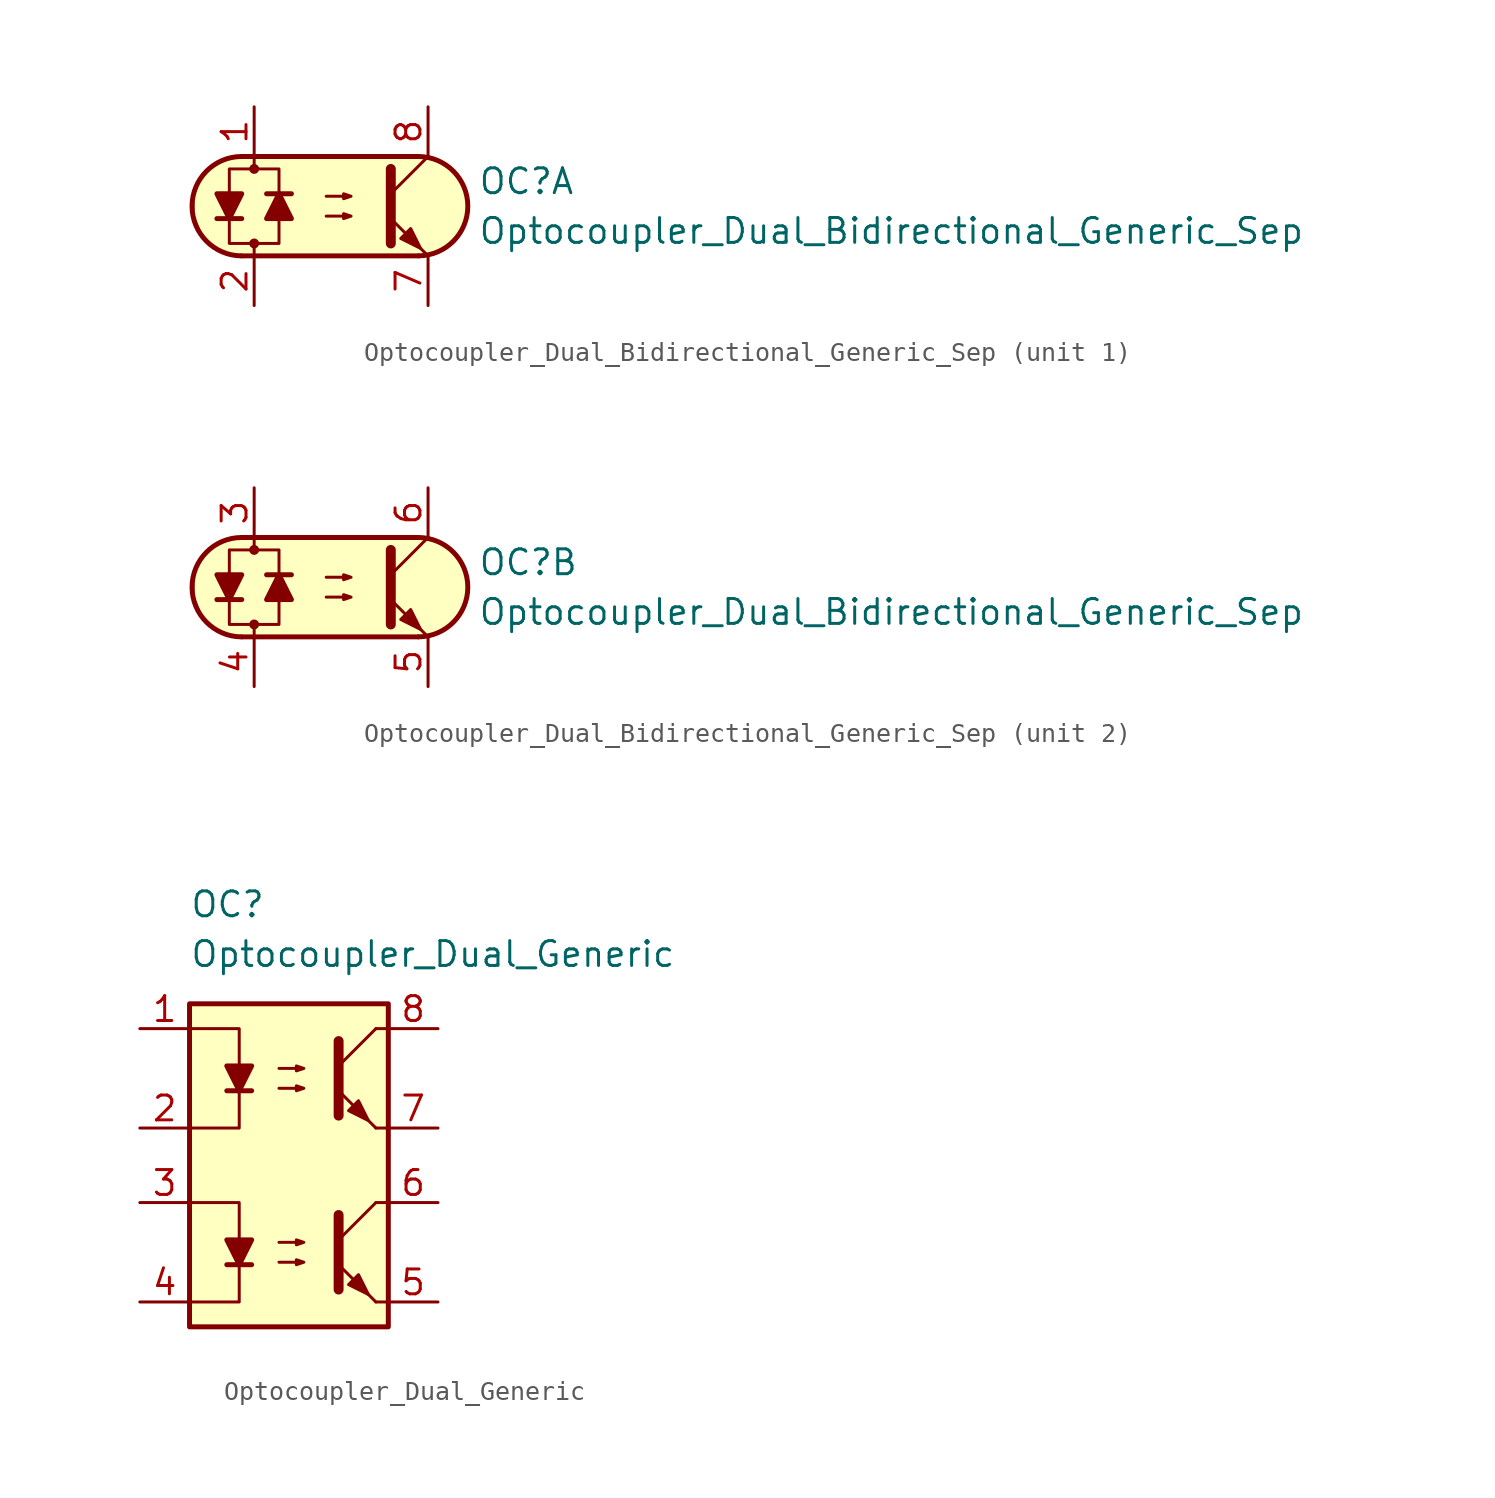
<source format=kicad_sym>
(kicad_symbol_lib
  (version 20211014)
  (generator kicad_symbol_editor)
  (symbol "Optocoupler_Dual_Bidirectional_Generic_Sep"
    (pin_names
      (offset 1.016))
    (property "Reference" "OC"
      (at 7.62 1.27 0)
      (effects (font (size 1.27 1.27)) (justify left)))
    (property "Value" "Optocoupler_Dual_Bidirectional_Generic_Sep"
      (at 7.62 -1.27 0)
      (effects (font (size 1.27 1.27)) (justify left)))
    (property "ki_locked" ""
      (at 0 0 0)
      (effects (font (size 1.27 1.27))))
    (symbol "Optocoupler_Dual_Bidirectional_Generic_Sep_0_1"
      (arc (start -4.4675 2.54) (mid -6.9851 0) (end -4.4675 -2.54) (stroke (width 0.254) (type default) (color 0 0 0 0)) (fill (type none)))
      (circle (center -3.81 -1.905) (radius 0.178) (stroke (width 0) (type default) (color 0 0 0 0)) (fill (type outline)))
      (circle (center -3.81 1.905) (radius 0.178) (stroke (width 0) (type default) (color 0 0 0 0)) (fill (type outline)))
      (polyline (pts (xy -5.715 -0.635) (xy -4.445 -0.635)) (stroke (width 0.254) (type default) (color 0 0 0 0)) (fill (type none)))
      (polyline (pts (xy -4.445 2.54) (xy 4.572 2.54)) (stroke (width 0.254) (type default) (color 0 0 0 0)) (fill (type none)))
      (polyline (pts (xy -3.81 1.905) (xy -3.81 2.54)) (stroke (width 0.152) (type default) (color 0 0 0 0)) (fill (type none)))
      (polyline (pts (xy -1.905 0.635) (xy -3.175 0.635)) (stroke (width 0.254) (type default) (color 0 0 0 0)) (fill (type none)))
      (polyline (pts (xy 3.175 0.635) (xy 5.08 2.54)) (stroke (width 0) (type default) (color 0 0 0 0)) (fill (type none)))
      (polyline (pts (xy 4.572 -2.54) (xy -4.445 -2.54)) (stroke (width 0.254) (type default) (color 0 0 0 0)) (fill (type none)))
      (polyline (pts (xy 5.08 -2.54) (xy 3.175 -0.635)) (stroke (width 0) (type default) (color 0 0 0 0)) (fill (type outline)))
      (polyline (pts (xy 3.175 1.905) (xy 3.175 -1.905) (xy 3.175 -1.905)) (stroke (width 0.508) (type default) (color 0 0 0 0)) (fill (type none)))
      (polyline (pts (xy -5.08 -0.635) (xy -5.715 0.635) (xy -4.445 0.635) (xy -5.08 -0.635)) (stroke (width 0.254) (type default) (color 0 0 0 0)) (fill (type outline)))
      (polyline (pts (xy -2.54 0.635) (xy -1.905 -0.635) (xy -3.175 -0.635) (xy -2.54 0.635)) (stroke (width 0.254) (type default) (color 0 0 0 0)) (fill (type outline)))
      (polyline (pts (xy -0.127 -0.508) (xy 1.143 -0.508) (xy 0.762 -0.635) (xy 0.762 -0.381) (xy 1.143 -0.508)) (stroke (width 0) (type default) (color 0 0 0 0)) (fill (type none)))
      (polyline (pts (xy -0.127 0.508) (xy 1.143 0.508) (xy 0.762 0.381) (xy 0.762 0.635) (xy 1.143 0.508)) (stroke (width 0) (type default) (color 0 0 0 0)) (fill (type none)))
      (polyline (pts (xy 3.683 -1.651) (xy 4.191 -1.143) (xy 4.699 -2.159) (xy 3.683 -1.651) (xy 3.683 -1.651)) (stroke (width 0) (type default) (color 0 0 0 0)) (fill (type outline)))
      (polyline (pts (xy -3.81 -2.54) (xy -3.81 -1.905) (xy -5.08 -1.905) (xy -5.08 1.905) (xy -2.54 1.905) (xy -2.54 -1.905) (xy -3.81 -1.905)) (stroke (width 0.152) (type default) (color 0 0 0 0)) (fill (type none)))
      (polyline (pts (xy -3.81 2.54) (xy 4.826 2.54) (xy 5.334 2.413) (xy 5.969 2.159) (xy 6.604 1.524) (xy 6.985 0.762) (xy 7.112 0) (xy 6.985 -0.889) (xy 6.477 -1.651) (xy 5.969 -2.159) (xy 5.334 -2.413) (xy 4.699 -2.54) (xy -5.08 -2.54) (xy -5.08 -2.54) (xy -5.842 -2.032) (xy -6.35 -1.778) (xy -6.858 -0.508) (xy -6.858 0.254) (xy -6.858 1.016) (xy -6.35 1.778) (xy -5.588 2.286) (xy -4.826 2.54) (xy -3.81 2.54)) (stroke (width 0.01) (type default) (color 0 0 0 0)) (fill (type background)))
      (arc (start 4.5945 -2.54) (mid 7.1121 0) (end 4.5945 2.54) (stroke (width 0.254) (type default) (color 0 0 0 0)) (fill (type none))))
    (symbol "Optocoupler_Dual_Bidirectional_Generic_Sep_1_1"
      (pin passive line (at -3.81 5.08 270) (length 2.54) (name "~" (effects (font (size 1.27 1.27)))) (number "1" (effects (font (size 1.27 1.27)))))
      (pin passive line (at -3.81 -5.08 90) (length 2.54) (name "~" (effects (font (size 1.27 1.27)))) (number "2" (effects (font (size 1.27 1.27)))))
      (pin passive line (at 5.08 -5.08 90) (length 2.54) (name "~" (effects (font (size 1.27 1.27)))) (number "7" (effects (font (size 1.27 1.27)))))
      (pin passive line (at 5.08 5.08 270) (length 2.54) (name "~" (effects (font (size 1.27 1.27)))) (number "8" (effects (font (size 1.27 1.27))))))
    (symbol "Optocoupler_Dual_Bidirectional_Generic_Sep_2_1"
      (pin passive line (at -3.81 5.08 270) (length 2.54) (name "~" (effects (font (size 1.27 1.27)))) (number "3" (effects (font (size 1.27 1.27)))))
      (pin passive line (at -3.81 -5.08 90) (length 2.54) (name "~" (effects (font (size 1.27 1.27)))) (number "4" (effects (font (size 1.27 1.27)))))
      (pin passive line (at 5.08 -5.08 90) (length 2.54) (name "~" (effects (font (size 1.27 1.27)))) (number "5" (effects (font (size 1.27 1.27)))))
      (pin passive line (at 5.08 5.08 270) (length 2.54) (name "~" (effects (font (size 1.27 1.27)))) (number "6" (effects (font (size 1.27 1.27)))))))
  (symbol "Optocoupler_Dual_Generic"
    (pin_names
      (offset 1.016))
    (property "Reference" "OC"
      (at -5.08 8.89 0)
      (effects (font (size 1.27 1.27)) (justify left)))
    (property "Value" "Optocoupler_Dual_Generic"
      (at -5.08 6.35 0)
      (effects (font (size 1.27 1.27)) (justify left)))
    (symbol "Optocoupler_Dual_Generic_0_1"
      (rectangle (start -5.08 3.81) (end 5.08 -12.7) (stroke (width 0.254) (type default) (color 0 0 0 0)) (fill (type background)))
      (polyline (pts (xy -3.175 -0.635) (xy -1.905 -0.635)) (stroke (width 0.254) (type default) (color 0 0 0 0)) (fill (type none)))
      (polyline (pts (xy 2.54 0.635) (xy 4.445 2.54)) (stroke (width 0) (type default) (color 0 0 0 0)) (fill (type none)))
      (polyline (pts (xy 4.445 -2.54) (xy 2.54 -0.635)) (stroke (width 0) (type default) (color 0 0 0 0)) (fill (type outline)))
      (polyline (pts (xy 4.445 -2.54) (xy 5.08 -2.54)) (stroke (width 0) (type default) (color 0 0 0 0)) (fill (type none)))
      (polyline (pts (xy 4.445 2.54) (xy 5.08 2.54)) (stroke (width 0) (type default) (color 0 0 0 0)) (fill (type none)))
      (polyline (pts (xy -5.08 2.54) (xy -2.54 2.54) (xy -2.54 -0.635)) (stroke (width 0) (type default) (color 0 0 0 0)) (fill (type none)))
      (polyline (pts (xy -2.54 -0.635) (xy -2.54 -2.54) (xy -5.08 -2.54)) (stroke (width 0) (type default) (color 0 0 0 0)) (fill (type none)))
      (polyline (pts (xy 2.54 1.905) (xy 2.54 -1.905) (xy 2.54 -1.905)) (stroke (width 0.508) (type default) (color 0 0 0 0)) (fill (type none)))
      (polyline (pts (xy -2.54 -0.635) (xy -3.175 0.635) (xy -1.905 0.635) (xy -2.54 -0.635)) (stroke (width 0.254) (type default) (color 0 0 0 0)) (fill (type outline)))
      (polyline (pts (xy -0.508 -0.508) (xy 0.762 -0.508) (xy 0.381 -0.635) (xy 0.381 -0.381) (xy 0.762 -0.508)) (stroke (width 0) (type default) (color 0 0 0 0)) (fill (type none)))
      (polyline (pts (xy -0.508 0.508) (xy 0.762 0.508) (xy 0.381 0.381) (xy 0.381 0.635) (xy 0.762 0.508)) (stroke (width 0) (type default) (color 0 0 0 0)) (fill (type none)))
      (polyline (pts (xy 3.048 -1.651) (xy 3.556 -1.143) (xy 4.064 -2.159) (xy 3.048 -1.651) (xy 3.048 -1.651)) (stroke (width 0) (type default) (color 0 0 0 0)) (fill (type outline))))
    (symbol "Optocoupler_Dual_Generic_1_1"
      (polyline (pts (xy -3.175 -9.525) (xy -1.905 -9.525)) (stroke (width 0.254) (type default) (color 0 0 0 0)) (fill (type none)))
      (polyline (pts (xy 2.54 -8.255) (xy 4.445 -6.35)) (stroke (width 0) (type default) (color 0 0 0 0)) (fill (type none)))
      (polyline (pts (xy 4.445 -11.43) (xy 2.54 -9.525)) (stroke (width 0) (type default) (color 0 0 0 0)) (fill (type outline)))
      (polyline (pts (xy 4.445 -11.43) (xy 5.08 -11.43)) (stroke (width 0) (type default) (color 0 0 0 0)) (fill (type none)))
      (polyline (pts (xy 4.445 -6.35) (xy 5.08 -6.35)) (stroke (width 0) (type default) (color 0 0 0 0)) (fill (type none)))
      (polyline (pts (xy -5.08 -6.35) (xy -2.54 -6.35) (xy -2.54 -9.525)) (stroke (width 0) (type default) (color 0 0 0 0)) (fill (type none)))
      (polyline (pts (xy -2.54 -9.525) (xy -2.54 -11.43) (xy -5.08 -11.43)) (stroke (width 0) (type default) (color 0 0 0 0)) (fill (type none)))
      (polyline (pts (xy 2.54 -6.985) (xy 2.54 -10.795) (xy 2.54 -10.795)) (stroke (width 0.508) (type default) (color 0 0 0 0)) (fill (type none)))
      (polyline (pts (xy -2.54 -9.525) (xy -3.175 -8.255) (xy -1.905 -8.255) (xy -2.54 -9.525)) (stroke (width 0.254) (type default) (color 0 0 0 0)) (fill (type outline)))
      (polyline (pts (xy -0.508 -9.398) (xy 0.762 -9.398) (xy 0.381 -9.525) (xy 0.381 -9.271) (xy 0.762 -9.398)) (stroke (width 0) (type default) (color 0 0 0 0)) (fill (type none)))
      (polyline (pts (xy -0.508 -8.382) (xy 0.762 -8.382) (xy 0.381 -8.509) (xy 0.381 -8.255) (xy 0.762 -8.382)) (stroke (width 0) (type default) (color 0 0 0 0)) (fill (type none)))
      (polyline (pts (xy 3.048 -10.541) (xy 3.556 -10.033) (xy 4.064 -11.049) (xy 3.048 -10.541) (xy 3.048 -10.541)) (stroke (width 0) (type default) (color 0 0 0 0)) (fill (type outline)))
      (pin passive line (at -7.62 2.54 0) (length 2.54) (name "~" (effects (font (size 1.27 1.27)))) (number "1" (effects (font (size 1.27 1.27)))))
      (pin passive line (at -7.62 -2.54 0) (length 2.54) (name "~" (effects (font (size 1.27 1.27)))) (number "2" (effects (font (size 1.27 1.27)))))
      (pin passive line (at -7.62 -6.35 0) (length 2.54) (name "~" (effects (font (size 1.27 1.27)))) (number "3" (effects (font (size 1.27 1.27)))))
      (pin passive line (at -7.62 -11.43 0) (length 2.54) (name "~" (effects (font (size 1.27 1.27)))) (number "4" (effects (font (size 1.27 1.27)))))
      (pin passive line (at 7.62 -11.43 180) (length 2.54) (name "~" (effects (font (size 1.27 1.27)))) (number "5" (effects (font (size 1.27 1.27)))))
      (pin passive line (at 7.62 -6.35 180) (length 2.54) (name "~" (effects (font (size 1.27 1.27)))) (number "6" (effects (font (size 1.27 1.27)))))
      (pin passive line (at 7.62 -2.54 180) (length 2.54) (name "~" (effects (font (size 1.27 1.27)))) (number "7" (effects (font (size 1.27 1.27)))))
      (pin passive line (at 7.62 2.54 180) (length 2.54) (name "~" (effects (font (size 1.27 1.27)))) (number "8" (effects (font (size 1.27 1.27))))))))
</source>
